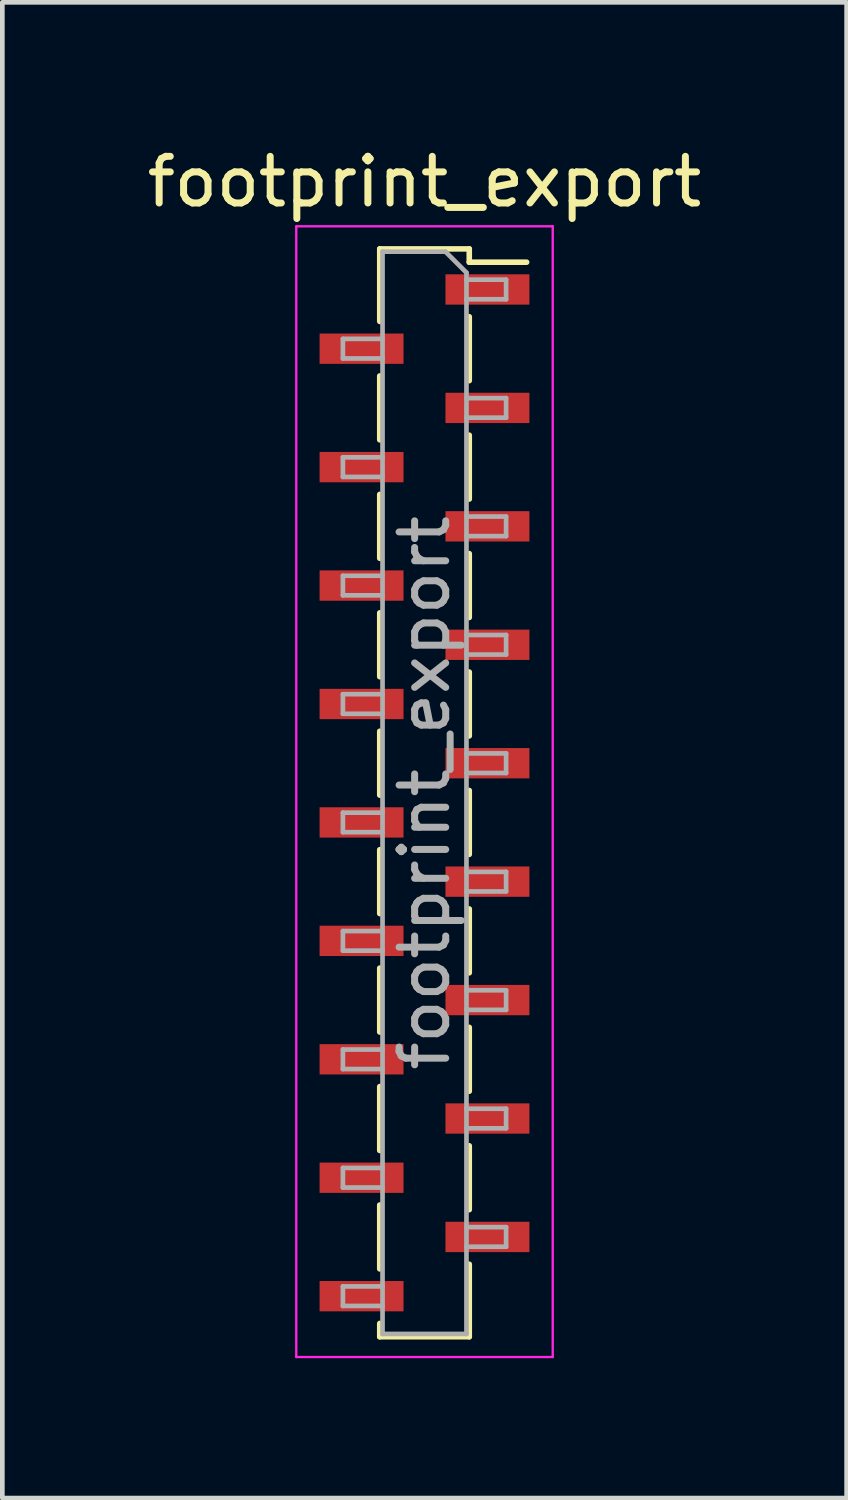
<source format=kicad_pcb>
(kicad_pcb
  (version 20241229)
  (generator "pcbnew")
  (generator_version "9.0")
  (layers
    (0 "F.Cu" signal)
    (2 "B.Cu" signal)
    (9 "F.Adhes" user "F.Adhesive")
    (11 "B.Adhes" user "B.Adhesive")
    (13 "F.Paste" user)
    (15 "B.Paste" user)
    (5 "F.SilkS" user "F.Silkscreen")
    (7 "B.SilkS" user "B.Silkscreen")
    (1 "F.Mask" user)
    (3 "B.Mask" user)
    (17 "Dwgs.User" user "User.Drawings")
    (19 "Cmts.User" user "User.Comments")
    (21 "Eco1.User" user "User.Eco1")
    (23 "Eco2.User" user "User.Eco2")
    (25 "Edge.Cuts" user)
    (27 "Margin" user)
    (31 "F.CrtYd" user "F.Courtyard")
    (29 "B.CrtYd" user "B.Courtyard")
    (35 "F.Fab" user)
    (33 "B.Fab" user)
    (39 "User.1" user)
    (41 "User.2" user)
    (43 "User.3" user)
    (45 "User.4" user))
  (footprint "footprint_export"
    (layer "F.Cu")
    (at 6.054 13.953)
    (property "Reference" "footprint_export" (at 0 -13.105 0) (layer "F.SilkS") (effects (font (size 1 1) (thickness 0.15))))
    (attr smd)
    (fp_line (start -0.96 -11.665) (end -0.96 -10.11) (stroke (width 0.12) (type solid)) (layer "F.SilkS"))
    (fp_line (start -0.96 -11.665) (end 0.96 -11.665) (stroke (width 0.12) (type solid)) (layer "F.SilkS"))
    (fp_line (start -0.96 -8.94) (end -0.96 -7.57) (stroke (width 0.12) (type solid)) (layer "F.SilkS"))
    (fp_line (start -0.96 -6.4) (end -0.96 -5.03) (stroke (width 0.12) (type solid)) (layer "F.SilkS"))
    (fp_line (start -0.96 -3.86) (end -0.96 -2.49) (stroke (width 0.12) (type solid)) (layer "F.SilkS"))
    (fp_line (start -0.96 -1.32) (end -0.96 0.05) (stroke (width 0.12) (type solid)) (layer "F.SilkS"))
    (fp_line (start -0.96 1.22) (end -0.96 2.59) (stroke (width 0.12) (type solid)) (layer "F.SilkS"))
    (fp_line (start -0.96 3.76) (end -0.96 5.13) (stroke (width 0.12) (type solid)) (layer "F.SilkS"))
    (fp_line (start -0.96 6.3) (end -0.96 7.67) (stroke (width 0.12) (type solid)) (layer "F.SilkS"))
    (fp_line (start -0.96 8.84) (end -0.96 10.21) (stroke (width 0.12) (type solid)) (layer "F.SilkS"))
    (fp_line (start -0.96 11.38) (end -0.96 11.665) (stroke (width 0.12) (type solid)) (layer "F.SilkS"))
    (fp_line (start -0.96 11.665) (end 0.96 11.665) (stroke (width 0.12) (type solid)) (layer "F.SilkS"))
    (fp_line (start 0.96 -11.665) (end 0.96 -11.38) (stroke (width 0.12) (type solid)) (layer "F.SilkS"))
    (fp_line (start 0.96 -11.38) (end 2.19 -11.38) (stroke (width 0.12) (type solid)) (layer "F.SilkS"))
    (fp_line (start 0.96 -10.21) (end 0.96 -8.84) (stroke (width 0.12) (type solid)) (layer "F.SilkS"))
    (fp_line (start 0.96 -7.67) (end 0.96 -6.3) (stroke (width 0.12) (type solid)) (layer "F.SilkS"))
    (fp_line (start 0.96 -5.13) (end 0.96 -3.76) (stroke (width 0.12) (type solid)) (layer "F.SilkS"))
    (fp_line (start 0.96 -2.59) (end 0.96 -1.22) (stroke (width 0.12) (type solid)) (layer "F.SilkS"))
    (fp_line (start 0.96 -0.05) (end 0.96 1.32) (stroke (width 0.12) (type solid)) (layer "F.SilkS"))
    (fp_line (start 0.96 2.49) (end 0.96 3.86) (stroke (width 0.12) (type solid)) (layer "F.SilkS"))
    (fp_line (start 0.96 5.03) (end 0.96 6.4) (stroke (width 0.12) (type solid)) (layer "F.SilkS"))
    (fp_line (start 0.96 7.57) (end 0.96 8.94) (stroke (width 0.12) (type solid)) (layer "F.SilkS"))
    (fp_line (start 0.96 10.11) (end 0.96 11.665) (stroke (width 0.12) (type solid)) (layer "F.SilkS"))
    (fp_line (start -2.75 -12.15) (end 2.75 -12.15) (stroke (width 0.05) (type solid)) (layer "F.CrtYd"))
    (fp_line (start -2.75 12.1) (end -2.75 -12.15) (stroke (width 0.05) (type solid)) (layer "F.CrtYd"))
    (fp_line (start 2.75 -12.15) (end 2.75 12.1) (stroke (width 0.05) (type solid)) (layer "F.CrtYd"))
    (fp_line (start 2.75 12.1) (end -2.75 12.1) (stroke (width 0.05) (type solid)) (layer "F.CrtYd"))
    (fp_line (start -1.75 -9.735) (end -0.9 -9.735) (stroke (width 0.1) (type solid)) (layer "F.Fab"))
    (fp_line (start -1.75 -9.315) (end -1.75 -9.735) (stroke (width 0.1) (type solid)) (layer "F.Fab"))
    (fp_line (start -1.75 -7.195) (end -0.9 -7.195) (stroke (width 0.1) (type solid)) (layer "F.Fab"))
    (fp_line (start -1.75 -6.775) (end -1.75 -7.195) (stroke (width 0.1) (type solid)) (layer "F.Fab"))
    (fp_line (start -1.75 -4.655) (end -0.9 -4.655) (stroke (width 0.1) (type solid)) (layer "F.Fab"))
    (fp_line (start -1.75 -4.235) (end -1.75 -4.655) (stroke (width 0.1) (type solid)) (layer "F.Fab"))
    (fp_line (start -1.75 -2.115) (end -0.9 -2.115) (stroke (width 0.1) (type solid)) (layer "F.Fab"))
    (fp_line (start -1.75 -1.695) (end -1.75 -2.115) (stroke (width 0.1) (type solid)) (layer "F.Fab"))
    (fp_line (start -1.75 0.425) (end -0.9 0.425) (stroke (width 0.1) (type solid)) (layer "F.Fab"))
    (fp_line (start -1.75 0.845) (end -1.75 0.425) (stroke (width 0.1) (type solid)) (layer "F.Fab"))
    (fp_line (start -1.75 2.965) (end -0.9 2.965) (stroke (width 0.1) (type solid)) (layer "F.Fab"))
    (fp_line (start -1.75 3.385) (end -1.75 2.965) (stroke (width 0.1) (type solid)) (layer "F.Fab"))
    (fp_line (start -1.75 5.505) (end -0.9 5.505) (stroke (width 0.1) (type solid)) (layer "F.Fab"))
    (fp_line (start -1.75 5.925) (end -1.75 5.505) (stroke (width 0.1) (type solid)) (layer "F.Fab"))
    (fp_line (start -1.75 8.045) (end -0.9 8.045) (stroke (width 0.1) (type solid)) (layer "F.Fab"))
    (fp_line (start -1.75 8.465) (end -1.75 8.045) (stroke (width 0.1) (type solid)) (layer "F.Fab"))
    (fp_line (start -1.75 10.585) (end -0.9 10.585) (stroke (width 0.1) (type solid)) (layer "F.Fab"))
    (fp_line (start -1.75 11.005) (end -1.75 10.585) (stroke (width 0.1) (type solid)) (layer "F.Fab"))
    (fp_line (start -0.9 -11.605) (end 0.45 -11.605) (stroke (width 0.1) (type solid)) (layer "F.Fab"))
    (fp_line (start -0.9 -9.315) (end -1.75 -9.315) (stroke (width 0.1) (type solid)) (layer "F.Fab"))
    (fp_line (start -0.9 -6.775) (end -1.75 -6.775) (stroke (width 0.1) (type solid)) (layer "F.Fab"))
    (fp_line (start -0.9 -4.235) (end -1.75 -4.235) (stroke (width 0.1) (type solid)) (layer "F.Fab"))
    (fp_line (start -0.9 -1.695) (end -1.75 -1.695) (stroke (width 0.1) (type solid)) (layer "F.Fab"))
    (fp_line (start -0.9 0.845) (end -1.75 0.845) (stroke (width 0.1) (type solid)) (layer "F.Fab"))
    (fp_line (start -0.9 3.385) (end -1.75 3.385) (stroke (width 0.1) (type solid)) (layer "F.Fab"))
    (fp_line (start -0.9 5.925) (end -1.75 5.925) (stroke (width 0.1) (type solid)) (layer "F.Fab"))
    (fp_line (start -0.9 8.465) (end -1.75 8.465) (stroke (width 0.1) (type solid)) (layer "F.Fab"))
    (fp_line (start -0.9 11.005) (end -1.75 11.005) (stroke (width 0.1) (type solid)) (layer "F.Fab"))
    (fp_line (start -0.9 11.605) (end -0.9 -11.605) (stroke (width 0.1) (type solid)) (layer "F.Fab"))
    (fp_line (start 0.45 -11.605) (end 0.9 -11.155) (stroke (width 0.1) (type solid)) (layer "F.Fab"))
    (fp_line (start 0.9 -11.155) (end 0.9 11.605) (stroke (width 0.1) (type solid)) (layer "F.Fab"))
    (fp_line (start 0.9 -11.005) (end 1.75 -11.005) (stroke (width 0.1) (type solid)) (layer "F.Fab"))
    (fp_line (start 0.9 -8.465) (end 1.75 -8.465) (stroke (width 0.1) (type solid)) (layer "F.Fab"))
    (fp_line (start 0.9 -5.925) (end 1.75 -5.925) (stroke (width 0.1) (type solid)) (layer "F.Fab"))
    (fp_line (start 0.9 -3.385) (end 1.75 -3.385) (stroke (width 0.1) (type solid)) (layer "F.Fab"))
    (fp_line (start 0.9 -0.845) (end 1.75 -0.845) (stroke (width 0.1) (type solid)) (layer "F.Fab"))
    (fp_line (start 0.9 1.695) (end 1.75 1.695) (stroke (width 0.1) (type solid)) (layer "F.Fab"))
    (fp_line (start 0.9 4.235) (end 1.75 4.235) (stroke (width 0.1) (type solid)) (layer "F.Fab"))
    (fp_line (start 0.9 6.775) (end 1.75 6.775) (stroke (width 0.1) (type solid)) (layer "F.Fab"))
    (fp_line (start 0.9 9.315) (end 1.75 9.315) (stroke (width 0.1) (type solid)) (layer "F.Fab"))
    (fp_line (start 0.9 11.605) (end -0.9 11.605) (stroke (width 0.1) (type solid)) (layer "F.Fab"))
    (fp_line (start 1.75 -11.005) (end 1.75 -10.585) (stroke (width 0.1) (type solid)) (layer "F.Fab"))
    (fp_line (start 1.75 -10.585) (end 0.9 -10.585) (stroke (width 0.1) (type solid)) (layer "F.Fab"))
    (fp_line (start 1.75 -8.465) (end 1.75 -8.045) (stroke (width 0.1) (type solid)) (layer "F.Fab"))
    (fp_line (start 1.75 -8.045) (end 0.9 -8.045) (stroke (width 0.1) (type solid)) (layer "F.Fab"))
    (fp_line (start 1.75 -5.925) (end 1.75 -5.505) (stroke (width 0.1) (type solid)) (layer "F.Fab"))
    (fp_line (start 1.75 -5.505) (end 0.9 -5.505) (stroke (width 0.1) (type solid)) (layer "F.Fab"))
    (fp_line (start 1.75 -3.385) (end 1.75 -2.965) (stroke (width 0.1) (type solid)) (layer "F.Fab"))
    (fp_line (start 1.75 -2.965) (end 0.9 -2.965) (stroke (width 0.1) (type solid)) (layer "F.Fab"))
    (fp_line (start 1.75 -0.845) (end 1.75 -0.425) (stroke (width 0.1) (type solid)) (layer "F.Fab"))
    (fp_line (start 1.75 -0.425) (end 0.9 -0.425) (stroke (width 0.1) (type solid)) (layer "F.Fab"))
    (fp_line (start 1.75 1.695) (end 1.75 2.115) (stroke (width 0.1) (type solid)) (layer "F.Fab"))
    (fp_line (start 1.75 2.115) (end 0.9 2.115) (stroke (width 0.1) (type solid)) (layer "F.Fab"))
    (fp_line (start 1.75 4.235) (end 1.75 4.655) (stroke (width 0.1) (type solid)) (layer "F.Fab"))
    (fp_line (start 1.75 4.655) (end 0.9 4.655) (stroke (width 0.1) (type solid)) (layer "F.Fab"))
    (fp_line (start 1.75 6.775) (end 1.75 7.195) (stroke (width 0.1) (type solid)) (layer "F.Fab"))
    (fp_line (start 1.75 7.195) (end 0.9 7.195) (stroke (width 0.1) (type solid)) (layer "F.Fab"))
    (fp_line (start 1.75 9.315) (end 1.75 9.735) (stroke (width 0.1) (type solid)) (layer "F.Fab"))
    (fp_line (start 1.75 9.735) (end 0.9 9.735) (stroke (width 0.1) (type solid)) (layer "F.Fab"))
    (fp_text user "${REFERENCE}" (at 0 0 90) (layer "F.Fab") (effects (font (size 1 1) (thickness 0.15))))
    (pad "1" smd rect (at 1.35 -10.795) (size 1.8 0.65) (layers "F.Cu" "F.Mask" "F.Paste"))
    (pad "2" smd rect (at -1.35 -9.525) (size 1.8 0.65) (layers "F.Cu" "F.Mask" "F.Paste"))
    (pad "3" smd rect (at 1.35 -8.255) (size 1.8 0.65) (layers "F.Cu" "F.Mask" "F.Paste"))
    (pad "4" smd rect (at -1.35 -6.985) (size 1.8 0.65) (layers "F.Cu" "F.Mask" "F.Paste"))
    (pad "5" smd rect (at 1.35 -5.715) (size 1.8 0.65) (layers "F.Cu" "F.Mask" "F.Paste"))
    (pad "6" smd rect (at -1.35 -4.445) (size 1.8 0.65) (layers "F.Cu" "F.Mask" "F.Paste"))
    (pad "7" smd rect (at 1.35 -3.175) (size 1.8 0.65) (layers "F.Cu" "F.Mask" "F.Paste"))
    (pad "8" smd rect (at -1.35 -1.905) (size 1.8 0.65) (layers "F.Cu" "F.Mask" "F.Paste"))
    (pad "9" smd rect (at 1.35 -0.635) (size 1.8 0.65) (layers "F.Cu" "F.Mask" "F.Paste"))
    (pad "10" smd rect (at -1.35 0.635) (size 1.8 0.65) (layers "F.Cu" "F.Mask" "F.Paste"))
    (pad "11" smd rect (at 1.35 1.905) (size 1.8 0.65) (layers "F.Cu" "F.Mask" "F.Paste"))
    (pad "12" smd rect (at -1.35 3.175) (size 1.8 0.65) (layers "F.Cu" "F.Mask" "F.Paste"))
    (pad "13" smd rect (at 1.35 4.445) (size 1.8 0.65) (layers "F.Cu" "F.Mask" "F.Paste"))
    (pad "14" smd rect (at -1.35 5.715) (size 1.8 0.65) (layers "F.Cu" "F.Mask" "F.Paste"))
    (pad "15" smd rect (at 1.35 6.985) (size 1.8 0.65) (layers "F.Cu" "F.Mask" "F.Paste"))
    (pad "16" smd rect (at -1.35 8.255) (size 1.8 0.65) (layers "F.Cu" "F.Mask" "F.Paste"))
    (pad "17" smd rect (at 1.35 9.525) (size 1.8 0.65) (layers "F.Cu" "F.Mask" "F.Paste"))
    (pad "18" smd rect (at -1.35 10.795) (size 1.8 0.65) (layers "F.Cu" "F.Mask" "F.Paste")))
  (gr_rect
    (start -3 -3)
    (end 15.107 29.078)
    (stroke (width 0.1) (type default))
    (fill no)
    (layer "Edge.Cuts")))
</source>
